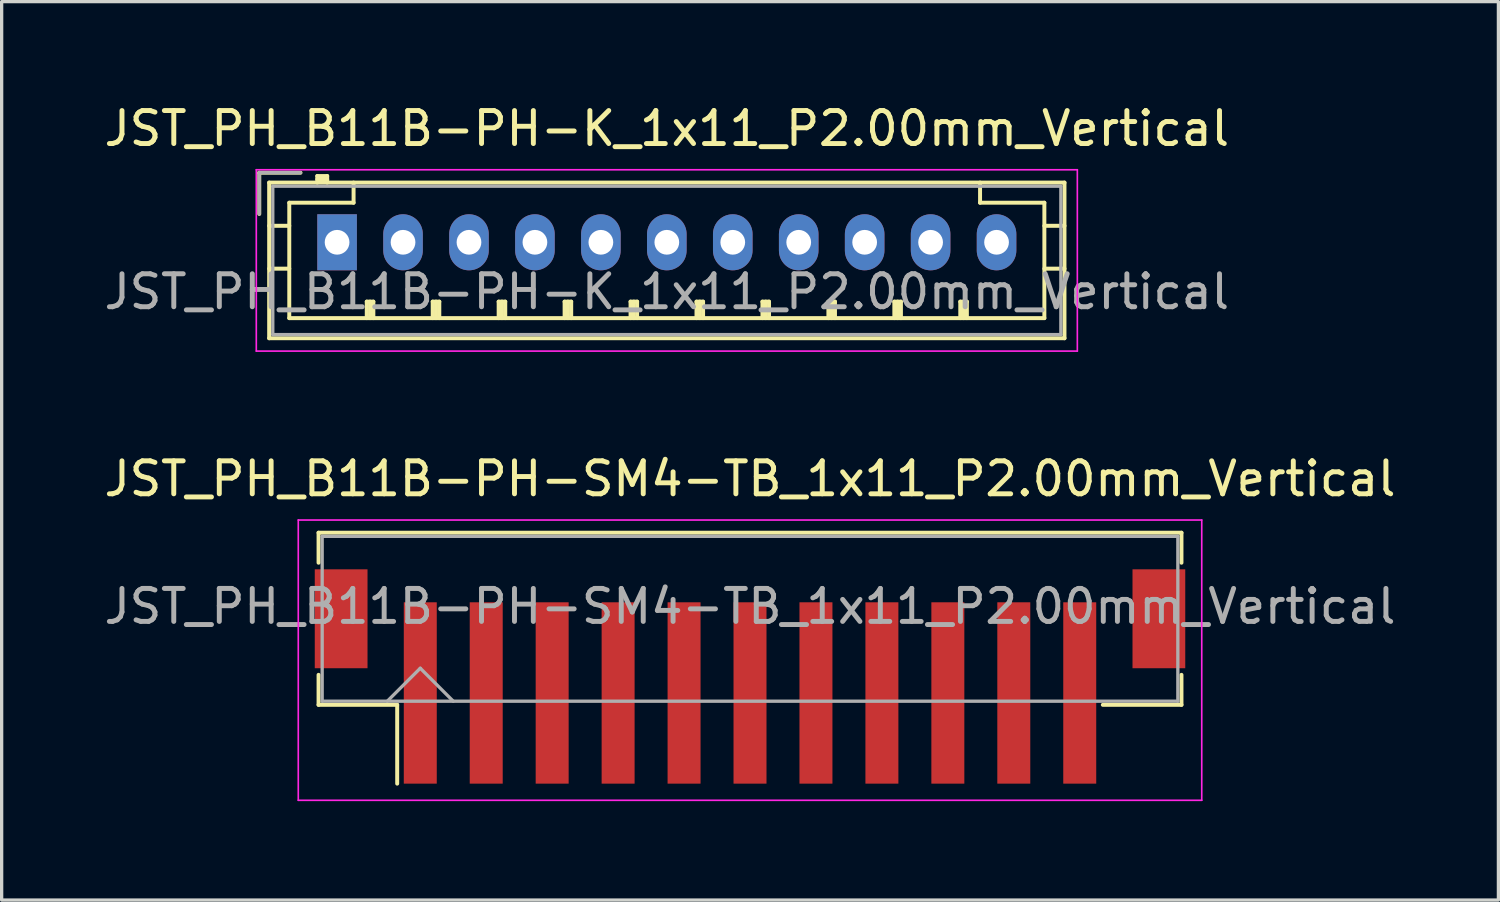
<source format=kicad_pcb>
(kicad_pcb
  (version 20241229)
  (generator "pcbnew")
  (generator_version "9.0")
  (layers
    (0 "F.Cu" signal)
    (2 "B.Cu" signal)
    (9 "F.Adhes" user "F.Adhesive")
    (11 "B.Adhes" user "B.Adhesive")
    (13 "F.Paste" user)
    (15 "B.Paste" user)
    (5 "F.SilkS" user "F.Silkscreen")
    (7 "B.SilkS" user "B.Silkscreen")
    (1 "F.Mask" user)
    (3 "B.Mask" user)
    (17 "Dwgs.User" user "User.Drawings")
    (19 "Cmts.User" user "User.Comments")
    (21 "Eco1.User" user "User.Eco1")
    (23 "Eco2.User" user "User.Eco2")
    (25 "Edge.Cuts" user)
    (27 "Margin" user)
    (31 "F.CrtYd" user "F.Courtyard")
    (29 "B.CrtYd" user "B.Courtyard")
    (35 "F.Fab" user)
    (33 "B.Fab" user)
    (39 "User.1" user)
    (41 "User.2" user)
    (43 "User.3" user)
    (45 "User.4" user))
  (footprint "JST_PH_B11B-PH-K_1x11_P2.00mm_Vertical"
    (layer "F.Cu")
    (at 7.173 4.298)
    (property "Reference" "JST_PH_B11B-PH-K_1x11_P2.00mm_Vertical" (at 10 -3.45 0) (layer "F.SilkS") (effects (font (size 1 1) (thickness 0.15))))
    (attr through_hole)
    (fp_line (start -2.36 -2.11) (end -2.36 -0.86) (stroke (width 0.12) (type solid)) (layer "F.SilkS"))
    (fp_line (start -2.06 -1.81) (end -2.06 2.91) (stroke (width 0.12) (type solid)) (layer "F.SilkS"))
    (fp_line (start -2.06 -0.5) (end -1.45 -0.5) (stroke (width 0.12) (type solid)) (layer "F.SilkS"))
    (fp_line (start -2.06 0.8) (end -1.45 0.8) (stroke (width 0.12) (type solid)) (layer "F.SilkS"))
    (fp_line (start -2.06 2.91) (end 22.06 2.91) (stroke (width 0.12) (type solid)) (layer "F.SilkS"))
    (fp_line (start -1.45 -1.2) (end -1.45 2.3) (stroke (width 0.12) (type solid)) (layer "F.SilkS"))
    (fp_line (start -1.45 2.3) (end 21.45 2.3) (stroke (width 0.12) (type solid)) (layer "F.SilkS"))
    (fp_line (start -1.11 -2.11) (end -2.36 -2.11) (stroke (width 0.12) (type solid)) (layer "F.SilkS"))
    (fp_line (start -0.6 -2.01) (end -0.6 -1.81) (stroke (width 0.12) (type solid)) (layer "F.SilkS"))
    (fp_line (start -0.3 -2.01) (end -0.6 -2.01) (stroke (width 0.12) (type solid)) (layer "F.SilkS"))
    (fp_line (start -0.3 -1.91) (end -0.6 -1.91) (stroke (width 0.12) (type solid)) (layer "F.SilkS"))
    (fp_line (start -0.3 -1.81) (end -0.3 -2.01) (stroke (width 0.12) (type solid)) (layer "F.SilkS"))
    (fp_line (start 0.5 -1.81) (end 0.5 -1.2) (stroke (width 0.12) (type solid)) (layer "F.SilkS"))
    (fp_line (start 0.5 -1.2) (end -1.45 -1.2) (stroke (width 0.12) (type solid)) (layer "F.SilkS"))
    (fp_line (start 0.9 1.8) (end 1.1 1.8) (stroke (width 0.12) (type solid)) (layer "F.SilkS"))
    (fp_line (start 0.9 2.3) (end 0.9 1.8) (stroke (width 0.12) (type solid)) (layer "F.SilkS"))
    (fp_line (start 1 2.3) (end 1 1.8) (stroke (width 0.12) (type solid)) (layer "F.SilkS"))
    (fp_line (start 1.1 1.8) (end 1.1 2.3) (stroke (width 0.12) (type solid)) (layer "F.SilkS"))
    (fp_line (start 2.9 1.8) (end 3.1 1.8) (stroke (width 0.12) (type solid)) (layer "F.SilkS"))
    (fp_line (start 2.9 2.3) (end 2.9 1.8) (stroke (width 0.12) (type solid)) (layer "F.SilkS"))
    (fp_line (start 3 2.3) (end 3 1.8) (stroke (width 0.12) (type solid)) (layer "F.SilkS"))
    (fp_line (start 3.1 1.8) (end 3.1 2.3) (stroke (width 0.12) (type solid)) (layer "F.SilkS"))
    (fp_line (start 4.9 1.8) (end 5.1 1.8) (stroke (width 0.12) (type solid)) (layer "F.SilkS"))
    (fp_line (start 4.9 2.3) (end 4.9 1.8) (stroke (width 0.12) (type solid)) (layer "F.SilkS"))
    (fp_line (start 5 2.3) (end 5 1.8) (stroke (width 0.12) (type solid)) (layer "F.SilkS"))
    (fp_line (start 5.1 1.8) (end 5.1 2.3) (stroke (width 0.12) (type solid)) (layer "F.SilkS"))
    (fp_line (start 6.9 1.8) (end 7.1 1.8) (stroke (width 0.12) (type solid)) (layer "F.SilkS"))
    (fp_line (start 6.9 2.3) (end 6.9 1.8) (stroke (width 0.12) (type solid)) (layer "F.SilkS"))
    (fp_line (start 7 2.3) (end 7 1.8) (stroke (width 0.12) (type solid)) (layer "F.SilkS"))
    (fp_line (start 7.1 1.8) (end 7.1 2.3) (stroke (width 0.12) (type solid)) (layer "F.SilkS"))
    (fp_line (start 8.9 1.8) (end 9.1 1.8) (stroke (width 0.12) (type solid)) (layer "F.SilkS"))
    (fp_line (start 8.9 2.3) (end 8.9 1.8) (stroke (width 0.12) (type solid)) (layer "F.SilkS"))
    (fp_line (start 9 2.3) (end 9 1.8) (stroke (width 0.12) (type solid)) (layer "F.SilkS"))
    (fp_line (start 9.1 1.8) (end 9.1 2.3) (stroke (width 0.12) (type solid)) (layer "F.SilkS"))
    (fp_line (start 10.9 1.8) (end 11.1 1.8) (stroke (width 0.12) (type solid)) (layer "F.SilkS"))
    (fp_line (start 10.9 2.3) (end 10.9 1.8) (stroke (width 0.12) (type solid)) (layer "F.SilkS"))
    (fp_line (start 11 2.3) (end 11 1.8) (stroke (width 0.12) (type solid)) (layer "F.SilkS"))
    (fp_line (start 11.1 1.8) (end 11.1 2.3) (stroke (width 0.12) (type solid)) (layer "F.SilkS"))
    (fp_line (start 12.9 1.8) (end 13.1 1.8) (stroke (width 0.12) (type solid)) (layer "F.SilkS"))
    (fp_line (start 12.9 2.3) (end 12.9 1.8) (stroke (width 0.12) (type solid)) (layer "F.SilkS"))
    (fp_line (start 13 2.3) (end 13 1.8) (stroke (width 0.12) (type solid)) (layer "F.SilkS"))
    (fp_line (start 13.1 1.8) (end 13.1 2.3) (stroke (width 0.12) (type solid)) (layer "F.SilkS"))
    (fp_line (start 14.9 1.8) (end 15.1 1.8) (stroke (width 0.12) (type solid)) (layer "F.SilkS"))
    (fp_line (start 14.9 2.3) (end 14.9 1.8) (stroke (width 0.12) (type solid)) (layer "F.SilkS"))
    (fp_line (start 15 2.3) (end 15 1.8) (stroke (width 0.12) (type solid)) (layer "F.SilkS"))
    (fp_line (start 15.1 1.8) (end 15.1 2.3) (stroke (width 0.12) (type solid)) (layer "F.SilkS"))
    (fp_line (start 16.9 1.8) (end 17.1 1.8) (stroke (width 0.12) (type solid)) (layer "F.SilkS"))
    (fp_line (start 16.9 2.3) (end 16.9 1.8) (stroke (width 0.12) (type solid)) (layer "F.SilkS"))
    (fp_line (start 17 2.3) (end 17 1.8) (stroke (width 0.12) (type solid)) (layer "F.SilkS"))
    (fp_line (start 17.1 1.8) (end 17.1 2.3) (stroke (width 0.12) (type solid)) (layer "F.SilkS"))
    (fp_line (start 18.9 1.8) (end 19.1 1.8) (stroke (width 0.12) (type solid)) (layer "F.SilkS"))
    (fp_line (start 18.9 2.3) (end 18.9 1.8) (stroke (width 0.12) (type solid)) (layer "F.SilkS"))
    (fp_line (start 19 2.3) (end 19 1.8) (stroke (width 0.12) (type solid)) (layer "F.SilkS"))
    (fp_line (start 19.1 1.8) (end 19.1 2.3) (stroke (width 0.12) (type solid)) (layer "F.SilkS"))
    (fp_line (start 19.5 -1.2) (end 19.5 -1.81) (stroke (width 0.12) (type solid)) (layer "F.SilkS"))
    (fp_line (start 21.45 -1.2) (end 19.5 -1.2) (stroke (width 0.12) (type solid)) (layer "F.SilkS"))
    (fp_line (start 21.45 2.3) (end 21.45 -1.2) (stroke (width 0.12) (type solid)) (layer "F.SilkS"))
    (fp_line (start 22.06 -1.81) (end -2.06 -1.81) (stroke (width 0.12) (type solid)) (layer "F.SilkS"))
    (fp_line (start 22.06 -0.5) (end 21.45 -0.5) (stroke (width 0.12) (type solid)) (layer "F.SilkS"))
    (fp_line (start 22.06 0.8) (end 21.45 0.8) (stroke (width 0.12) (type solid)) (layer "F.SilkS"))
    (fp_line (start 22.06 2.91) (end 22.06 -1.81) (stroke (width 0.12) (type solid)) (layer "F.SilkS"))
    (fp_line (start -2.45 -2.2) (end -2.45 3.3) (stroke (width 0.05) (type solid)) (layer "F.CrtYd"))
    (fp_line (start -2.45 3.3) (end 22.45 3.3) (stroke (width 0.05) (type solid)) (layer "F.CrtYd"))
    (fp_line (start 22.45 -2.2) (end -2.45 -2.2) (stroke (width 0.05) (type solid)) (layer "F.CrtYd"))
    (fp_line (start 22.45 3.3) (end 22.45 -2.2) (stroke (width 0.05) (type solid)) (layer "F.CrtYd"))
    (fp_line (start -2.36 -2.11) (end -2.36 -0.86) (stroke (width 0.1) (type solid)) (layer "F.Fab"))
    (fp_line (start -1.95 -1.7) (end -1.95 2.8) (stroke (width 0.1) (type solid)) (layer "F.Fab"))
    (fp_line (start -1.95 2.8) (end 21.95 2.8) (stroke (width 0.1) (type solid)) (layer "F.Fab"))
    (fp_line (start -1.11 -2.11) (end -2.36 -2.11) (stroke (width 0.1) (type solid)) (layer "F.Fab"))
    (fp_line (start 21.95 -1.7) (end -1.95 -1.7) (stroke (width 0.1) (type solid)) (layer "F.Fab"))
    (fp_line (start 21.95 2.8) (end 21.95 -1.7) (stroke (width 0.1) (type solid)) (layer "F.Fab"))
    (fp_text user "${REFERENCE}" (at 10 1.5 0) (layer "F.Fab") (effects (font (size 1 1) (thickness 0.15))))
    (pad "1" thru_hole rect (at 0 0) (size 1.2 1.7) (drill 0.75) (layers "*.Cu" "*.Mask"))
    (pad "2" thru_hole oval (at 2 0) (size 1.2 1.7) (drill 0.75) (layers "*.Cu" "*.Mask"))
    (pad "3" thru_hole oval (at 4 0) (size 1.2 1.7) (drill 0.75) (layers "*.Cu" "*.Mask"))
    (pad "4" thru_hole oval (at 6 0) (size 1.2 1.7) (drill 0.75) (layers "*.Cu" "*.Mask"))
    (pad "5" thru_hole oval (at 8 0) (size 1.2 1.7) (drill 0.75) (layers "*.Cu" "*.Mask"))
    (pad "6" thru_hole oval (at 10 0) (size 1.2 1.7) (drill 0.75) (layers "*.Cu" "*.Mask"))
    (pad "7" thru_hole oval (at 12 0) (size 1.2 1.7) (drill 0.75) (layers "*.Cu" "*.Mask"))
    (pad "8" thru_hole oval (at 14 0) (size 1.2 1.7) (drill 0.75) (layers "*.Cu" "*.Mask"))
    (pad "9" thru_hole oval (at 16 0) (size 1.2 1.7) (drill 0.75) (layers "*.Cu" "*.Mask"))
    (pad "10" thru_hole oval (at 18 0) (size 1.2 1.7) (drill 0.75) (layers "*.Cu" "*.Mask"))
    (pad "11" thru_hole oval (at 20 0) (size 1.2 1.7) (drill 0.75) (layers "*.Cu" "*.Mask")))
  (footprint "JST_PH_B11B-PH-SM4-TB_1x11_P2.00mm_Vertical"
    (layer "F.Cu")
    (at 19.696 16.841)
    (property "Reference" "JST_PH_B11B-PH-SM4-TB_1x11_P2.00mm_Vertical" (at 0 -5.37 0) (layer "F.SilkS") (effects (font (size 1 1) (thickness 0.15))))
    (attr smd)
    (fp_line (start -13.085 -3.735) (end 13.085 -3.735) (stroke (width 0.12) (type solid)) (layer "F.SilkS"))
    (fp_line (start -13.085 -2.825) (end -13.085 -3.735) (stroke (width 0.12) (type solid)) (layer "F.SilkS"))
    (fp_line (start -13.085 0.575) (end -13.085 1.485) (stroke (width 0.12) (type solid)) (layer "F.SilkS"))
    (fp_line (start -13.085 1.485) (end -10.7 1.485) (stroke (width 0.12) (type solid)) (layer "F.SilkS"))
    (fp_line (start -10.7 1.485) (end -10.7 3.875) (stroke (width 0.12) (type solid)) (layer "F.SilkS"))
    (fp_line (start 13.085 -3.735) (end 13.085 -2.825) (stroke (width 0.12) (type solid)) (layer "F.SilkS"))
    (fp_line (start 13.085 0.575) (end 13.085 1.485) (stroke (width 0.12) (type solid)) (layer "F.SilkS"))
    (fp_line (start 13.085 1.485) (end 10.7 1.485) (stroke (width 0.12) (type solid)) (layer "F.SilkS"))
    (fp_line (start -13.7 -4.12) (end -13.7 4.38) (stroke (width 0.05) (type solid)) (layer "F.CrtYd"))
    (fp_line (start -13.7 4.38) (end 13.7 4.38) (stroke (width 0.05) (type solid)) (layer "F.CrtYd"))
    (fp_line (start 13.7 -4.12) (end -13.7 -4.12) (stroke (width 0.05) (type solid)) (layer "F.CrtYd"))
    (fp_line (start 13.7 4.38) (end 13.7 -4.12) (stroke (width 0.05) (type solid)) (layer "F.CrtYd"))
    (fp_line (start -12.975 -3.625) (end -12.975 1.375) (stroke (width 0.1) (type solid)) (layer "F.Fab"))
    (fp_line (start -12.975 1.375) (end 12.975 1.375) (stroke (width 0.1) (type solid)) (layer "F.Fab"))
    (fp_line (start -11 1.375) (end -10 0.375) (stroke (width 0.1) (type solid)) (layer "F.Fab"))
    (fp_line (start -10 0.375) (end -9 1.375) (stroke (width 0.1) (type solid)) (layer "F.Fab"))
    (fp_line (start 12.975 -3.625) (end -12.975 -3.625) (stroke (width 0.1) (type solid)) (layer "F.Fab"))
    (fp_line (start 12.975 1.375) (end 12.975 -3.625) (stroke (width 0.1) (type solid)) (layer "F.Fab"))
    (fp_text user "${REFERENCE}" (at 0 -1.5 0) (layer "F.Fab") (effects (font (size 1 1) (thickness 0.15))))
    (pad "" smd rect (at -12.4 -1.125) (size 1.6 3) (layers "F.Cu" "F.Mask" "F.Paste"))
    (pad "" smd rect (at 12.4 -1.125) (size 1.6 3) (layers "F.Cu" "F.Mask" "F.Paste"))
    (pad "1" smd rect (at -10 1.125) (size 1 5.5) (layers "F.Cu" "F.Mask" "F.Paste"))
    (pad "2" smd rect (at -8 1.125) (size 1 5.5) (layers "F.Cu" "F.Mask" "F.Paste"))
    (pad "3" smd rect (at -6 1.125) (size 1 5.5) (layers "F.Cu" "F.Mask" "F.Paste"))
    (pad "4" smd rect (at -4 1.125) (size 1 5.5) (layers "F.Cu" "F.Mask" "F.Paste"))
    (pad "5" smd rect (at -2 1.125) (size 1 5.5) (layers "F.Cu" "F.Mask" "F.Paste"))
    (pad "6" smd rect (at 0 1.125) (size 1 5.5) (layers "F.Cu" "F.Mask" "F.Paste"))
    (pad "7" smd rect (at 2 1.125) (size 1 5.5) (layers "F.Cu" "F.Mask" "F.Paste"))
    (pad "8" smd rect (at 4 1.125) (size 1 5.5) (layers "F.Cu" "F.Mask" "F.Paste"))
    (pad "9" smd rect (at 6 1.125) (size 1 5.5) (layers "F.Cu" "F.Mask" "F.Paste"))
    (pad "10" smd rect (at 8 1.125) (size 1 5.5) (layers "F.Cu" "F.Mask" "F.Paste"))
    (pad "11" smd rect (at 10 1.125) (size 1 5.5) (layers "F.Cu" "F.Mask" "F.Paste")))
  (gr_rect
    (start -3 -3)
    (end 42.393 24.247)
    (stroke (width 0.1) (type default))
    (fill no)
    (layer "Edge.Cuts")))
</source>
